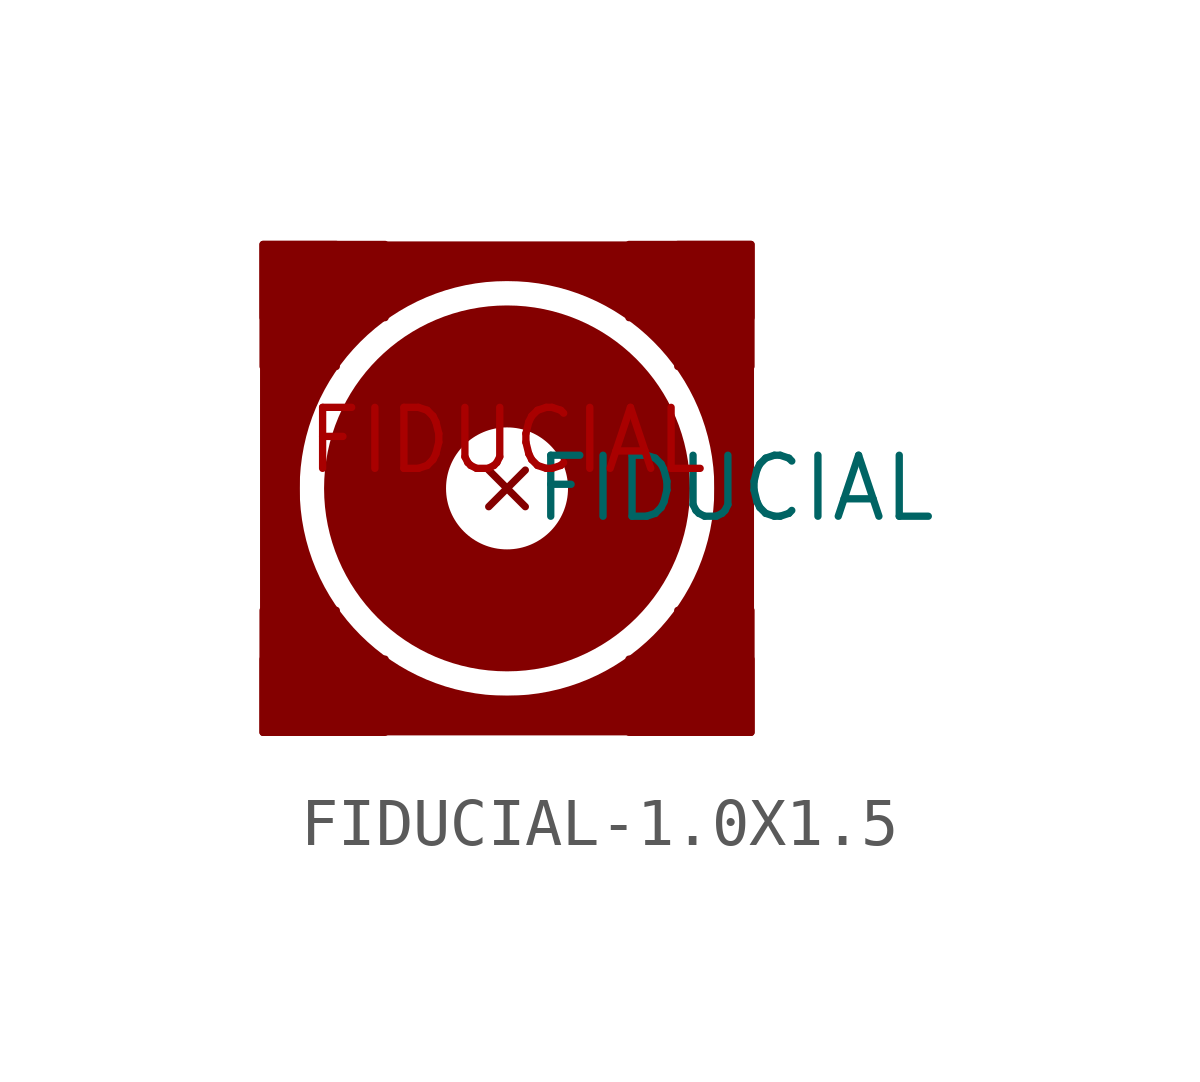
<source format=kicad_sym>
(kicad_symbol_lib
  (version 20241209)
  (generator "kicad_symbol_editor")
  (generator_version "9.0")
  (symbol "FIDUCIAL-1.0X1.5"
    (property "Reference" "FIDUCIAL"
      (at 0 0 0)
      (effects (font (size 1.27 1.27)) (hide yes)))
    (property "ki_locked" ""
      (at 0 0 0)
      (effects (font (size 1.27 1.27))))
    (symbol "FIDUCIAL-1.0X1.5_1_0"
      (polyline (pts (xy -5.08 5.08) (xy 5.08 5.08)) (stroke (width 0.127) (type solid)) (fill (type none)))
      (rectangle (start -5.08 3.556) (end -2.54 5.08) (stroke (width 0) (type default)) (fill (type outline)))
      (rectangle (start -5.08 2.54) (end -3.556 5.08) (stroke (width 0) (type default)) (fill (type outline)))
      (rectangle (start -5.08 -5.08) (end -3.556 -2.54) (stroke (width 0) (type default)) (fill (type outline)))
      (rectangle (start -5.08 -5.08) (end -2.54 -3.556) (stroke (width 0) (type default)) (fill (type outline)))
      (polyline (pts (xy -5.08 -5.08) (xy -5.08 5.08)) (stroke (width 0.127) (type solid)) (fill (type none)))
      (polyline (pts (xy -5.08 -5.08) (xy 5.08 -5.08)) (stroke (width 0.127) (type solid)) (fill (type none)))
      (polyline (pts (xy -4.699 2.54) (xy -4.699 -2.54)) (stroke (width 0.762) (type solid)) (fill (type none)))
      (polyline (pts (xy -2.54 4.699) (xy 2.54 4.699)) (stroke (width 0.762) (type solid)) (fill (type none)))
      (polyline (pts (xy -2.54 -4.699) (xy 2.54 -4.699)) (stroke (width 0.762) (type solid)) (fill (type none)))
      (circle (center 0 0) (radius 2.54) (stroke (width 2.54) (type solid)) (fill (type none)))
      (circle (center 0 0) (radius 4.699) (stroke (width 0.762) (type solid)) (fill (type none)))
      (rectangle (start 2.54 3.556) (end 5.08 5.08) (stroke (width 0) (type default)) (fill (type outline)))
      (rectangle (start 2.54 -5.08) (end 5.08 -3.556) (stroke (width 0) (type default)) (fill (type outline)))
      (rectangle (start 3.556 2.54) (end 5.08 5.08) (stroke (width 0) (type default)) (fill (type outline)))
      (rectangle (start 3.556 -5.08) (end 5.08 -2.54) (stroke (width 0) (type default)) (fill (type outline)))
      (polyline (pts (xy 4.699 -2.54) (xy 4.699 2.54)) (stroke (width 0.762) (type solid)) (fill (type none)))
      (polyline (pts (xy 5.08 5.08) (xy 5.08 -5.08)) (stroke (width 0.127) (type solid)) (fill (type none)))
      (pin no_connect line (at 0 0 0) (length 0) (name "FIDUCIAL" (effects (font (size 1.27 1.27)))) (number "FIDUCIAL" (effects (font (size 1.27 1.27))))))))
</source>
